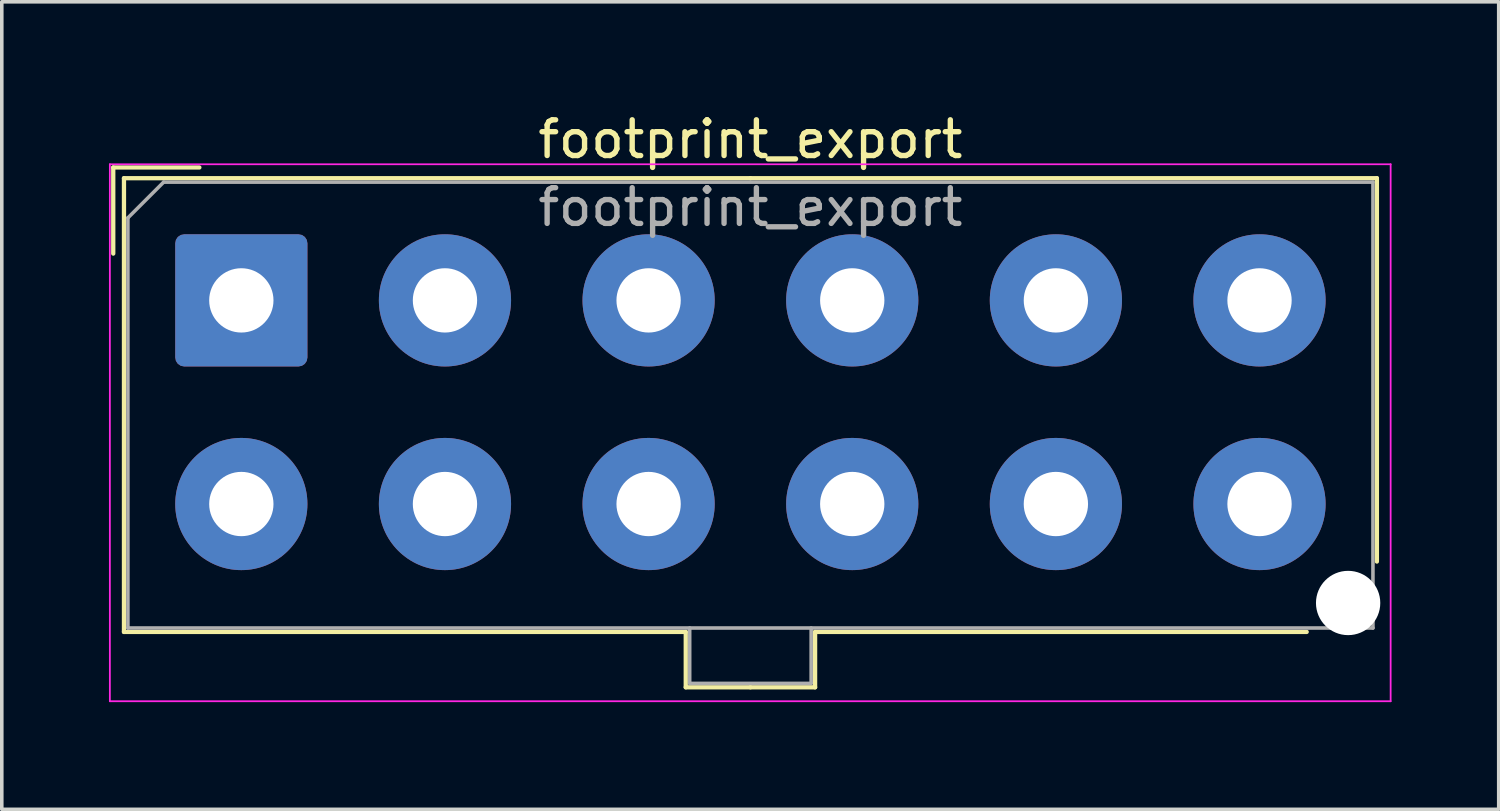
<source format=kicad_pcb>
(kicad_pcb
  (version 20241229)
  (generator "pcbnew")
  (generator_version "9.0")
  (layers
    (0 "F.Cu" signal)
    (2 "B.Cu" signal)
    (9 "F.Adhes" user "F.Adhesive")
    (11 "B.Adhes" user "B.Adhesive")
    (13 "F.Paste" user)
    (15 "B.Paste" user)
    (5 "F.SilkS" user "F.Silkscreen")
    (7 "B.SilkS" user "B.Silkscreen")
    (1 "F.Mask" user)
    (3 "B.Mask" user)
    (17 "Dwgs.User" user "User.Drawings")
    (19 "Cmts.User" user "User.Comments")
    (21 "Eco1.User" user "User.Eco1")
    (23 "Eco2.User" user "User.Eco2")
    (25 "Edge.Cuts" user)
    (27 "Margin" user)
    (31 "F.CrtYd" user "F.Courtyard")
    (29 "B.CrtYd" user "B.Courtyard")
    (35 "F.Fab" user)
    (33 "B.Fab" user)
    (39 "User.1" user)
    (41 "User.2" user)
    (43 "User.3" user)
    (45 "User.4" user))
  (footprint "footprint_export"
    (layer "F.Cu")
    (at 3.705 5.358)
    (property "Reference" "footprint_export" (at 14.25 -4.51 0) (layer "F.SilkS") (effects (font (size 1 1) (thickness 0.15))))
    (attr through_hole)
    (fp_line (start -3.585 -3.72) (end -1.175 -3.72) (stroke (width 0.12) (type solid)) (layer "F.SilkS"))
    (fp_line (start -3.585 -1.31) (end -3.585 -3.72) (stroke (width 0.12) (type solid)) (layer "F.SilkS"))
    (fp_line (start -3.285 -3.42) (end -3.285 9.28) (stroke (width 0.12) (type solid)) (layer "F.SilkS"))
    (fp_line (start -3.285 9.28) (end 12.44 9.28) (stroke (width 0.12) (type solid)) (layer "F.SilkS"))
    (fp_line (start 12.44 9.28) (end 12.44 10.83) (stroke (width 0.12) (type solid)) (layer "F.SilkS"))
    (fp_line (start 12.44 10.83) (end 14.25 10.83) (stroke (width 0.12) (type solid)) (layer "F.SilkS"))
    (fp_line (start 14.25 -3.42) (end -3.285 -3.42) (stroke (width 0.12) (type solid)) (layer "F.SilkS"))
    (fp_line (start 14.25 -3.42) (end 31.785 -3.42) (stroke (width 0.12) (type solid)) (layer "F.SilkS"))
    (fp_line (start 16.06 9.28) (end 16.06 10.83) (stroke (width 0.12) (type solid)) (layer "F.SilkS"))
    (fp_line (start 16.06 10.83) (end 14.25 10.83) (stroke (width 0.12) (type solid)) (layer "F.SilkS"))
    (fp_line (start 29.82 9.28) (end 16.06 9.28) (stroke (width 0.12) (type solid)) (layer "F.SilkS"))
    (fp_line (start 31.785 -3.42) (end 31.785 7.31) (stroke (width 0.12) (type solid)) (layer "F.SilkS"))
    (fp_line (start -3.68 -3.81) (end -3.68 11.22) (stroke (width 0.05) (type solid)) (layer "F.CrtYd"))
    (fp_line (start -3.68 11.22) (end 32.17 11.22) (stroke (width 0.05) (type solid)) (layer "F.CrtYd"))
    (fp_line (start 32.17 -3.81) (end -3.68 -3.81) (stroke (width 0.05) (type solid)) (layer "F.CrtYd"))
    (fp_line (start 32.17 11.22) (end 32.17 -3.81) (stroke (width 0.05) (type solid)) (layer "F.CrtYd"))
    (fp_line (start -3.175 -2.31) (end -3.175 9.17) (stroke (width 0.1) (type solid)) (layer "F.Fab"))
    (fp_line (start -3.175 9.17) (end 31.675 9.17) (stroke (width 0.1) (type solid)) (layer "F.Fab"))
    (fp_line (start -2.175 -3.31) (end -3.175 -2.31) (stroke (width 0.1) (type solid)) (layer "F.Fab"))
    (fp_line (start 12.55 9.17) (end 12.55 10.72) (stroke (width 0.1) (type solid)) (layer "F.Fab"))
    (fp_line (start 12.55 10.72) (end 15.95 10.72) (stroke (width 0.1) (type solid)) (layer "F.Fab"))
    (fp_line (start 15.95 10.72) (end 15.95 9.17) (stroke (width 0.1) (type solid)) (layer "F.Fab"))
    (fp_line (start 31.675 -3.31) (end -2.175 -3.31) (stroke (width 0.1) (type solid)) (layer "F.Fab"))
    (fp_line (start 31.675 9.17) (end 31.675 -3.31) (stroke (width 0.1) (type solid)) (layer "F.Fab"))
    (fp_text user "${REFERENCE}" (at 14.25 -2.61 0) (layer "F.Fab") (effects (font (size 1 1) (thickness 0.15))))
    (pad "" np_thru_hole circle (at 30.98 8.47) (size 1.8 1.8) (drill 1.8) (layers "*.Cu" "*.Mask"))
    (pad "1" thru_hole roundrect (at 0 0) (size 3.7 3.7) (drill 1.8) (layers "*.Cu" "*.Mask") (roundrect_rratio 0.068))
    (pad "2" thru_hole circle (at 5.7 0) (size 3.7 3.7) (drill 1.8) (layers "*.Cu" "*.Mask"))
    (pad "3" thru_hole circle (at 11.4 0) (size 3.7 3.7) (drill 1.8) (layers "*.Cu" "*.Mask"))
    (pad "4" thru_hole circle (at 17.1 0) (size 3.7 3.7) (drill 1.8) (layers "*.Cu" "*.Mask"))
    (pad "5" thru_hole circle (at 22.8 0) (size 3.7 3.7) (drill 1.8) (layers "*.Cu" "*.Mask"))
    (pad "6" thru_hole circle (at 28.5 0) (size 3.7 3.7) (drill 1.8) (layers "*.Cu" "*.Mask"))
    (pad "7" thru_hole circle (at 0 5.7) (size 3.7 3.7) (drill 1.8) (layers "*.Cu" "*.Mask"))
    (pad "8" thru_hole circle (at 5.7 5.7) (size 3.7 3.7) (drill 1.8) (layers "*.Cu" "*.Mask"))
    (pad "9" thru_hole circle (at 11.4 5.7) (size 3.7 3.7) (drill 1.8) (layers "*.Cu" "*.Mask"))
    (pad "10" thru_hole circle (at 17.1 5.7) (size 3.7 3.7) (drill 1.8) (layers "*.Cu" "*.Mask"))
    (pad "11" thru_hole circle (at 22.8 5.7) (size 3.7 3.7) (drill 1.8) (layers "*.Cu" "*.Mask"))
    (pad "12" thru_hole circle (at 28.5 5.7) (size 3.7 3.7) (drill 1.8) (layers "*.Cu" "*.Mask")))
  (gr_rect
    (start -3 -3)
    (end 38.9 19.603)
    (stroke (width 0.1) (type default))
    (fill no)
    (layer "Edge.Cuts")))
</source>
